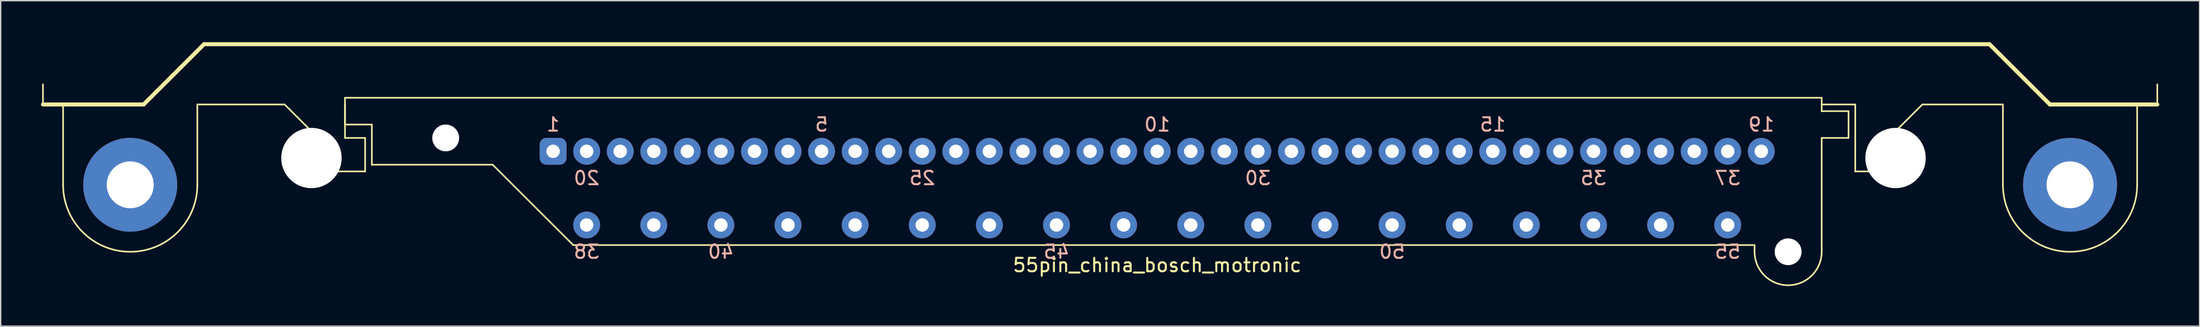
<source format=kicad_pcb>
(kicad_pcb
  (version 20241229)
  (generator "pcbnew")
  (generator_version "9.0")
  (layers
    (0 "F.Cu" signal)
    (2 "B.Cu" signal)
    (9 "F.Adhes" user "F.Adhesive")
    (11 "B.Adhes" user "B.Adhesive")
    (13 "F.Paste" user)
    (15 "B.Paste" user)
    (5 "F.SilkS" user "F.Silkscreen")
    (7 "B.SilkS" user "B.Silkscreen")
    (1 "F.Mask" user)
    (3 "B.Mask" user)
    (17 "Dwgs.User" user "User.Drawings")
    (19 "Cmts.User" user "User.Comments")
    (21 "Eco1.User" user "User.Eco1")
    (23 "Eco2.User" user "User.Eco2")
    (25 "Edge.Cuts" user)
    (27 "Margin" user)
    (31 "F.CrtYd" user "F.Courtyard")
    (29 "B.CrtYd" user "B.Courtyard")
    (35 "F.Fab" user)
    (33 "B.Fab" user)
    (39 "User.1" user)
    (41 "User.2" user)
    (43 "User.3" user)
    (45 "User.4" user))
  (footprint "55pin_china_bosch_motronic"
    (layer "F.Cu")
    (at 83.15 0.25)
    (property "Reference" "55pin_china_bosch_motronic" (at 0 16.5 0) (layer "F.SilkS") (effects (font (size 1 1) (thickness 0.15))))
    (attr through_hole)
    (fp_line (start -83 4.5) (end -83 3) (stroke (width 0.12) (type solid)) (layer "F.SilkS"))
    (fp_line (start -81.5 4.5) (end -83 4.5) (stroke (width 0.12) (type solid)) (layer "F.SilkS"))
    (fp_line (start -81.5 10.5) (end -81.5 4.5) (stroke (width 0.12) (type solid)) (layer "F.SilkS"))
    (fp_line (start -75.5 4.5) (end -83 4.5) (stroke (width 0.3) (type solid)) (layer "F.SilkS"))
    (fp_line (start -71.5 10.5) (end -71.5 4.5) (stroke (width 0.12) (type solid)) (layer "F.SilkS"))
    (fp_line (start -71 0) (end -75.5 4.5) (stroke (width 0.3) (type solid)) (layer "F.SilkS"))
    (fp_line (start -71 0) (end 62 0) (stroke (width 0.3) (type solid)) (layer "F.SilkS"))
    (fp_line (start -65 4.5) (end -71.5 4.5) (stroke (width 0.12) (type solid)) (layer "F.SilkS"))
    (fp_line (start -62.5 7) (end -65 4.5) (stroke (width 0.12) (type solid)) (layer "F.SilkS"))
    (fp_line (start -62.5 9.5) (end -62.5 7) (stroke (width 0.12) (type solid)) (layer "F.SilkS"))
    (fp_line (start -60.5 4) (end -60.5 6) (stroke (width 0.12) (type solid)) (layer "F.SilkS"))
    (fp_line (start -60.5 4) (end 49.5 4) (stroke (width 0.12) (type solid)) (layer "F.SilkS"))
    (fp_line (start -60.5 4.5) (end -60.5 7) (stroke (width 0.12) (type solid)) (layer "F.SilkS"))
    (fp_line (start -60.5 6) (end -58.5 6) (stroke (width 0.12) (type solid)) (layer "F.SilkS"))
    (fp_line (start -60.5 7) (end -59 7) (stroke (width 0.12) (type solid)) (layer "F.SilkS"))
    (fp_line (start -59 7) (end -59 9.5) (stroke (width 0.12) (type solid)) (layer "F.SilkS"))
    (fp_line (start -59 9.5) (end -62.5 9.5) (stroke (width 0.12) (type solid)) (layer "F.SilkS"))
    (fp_line (start -58.5 9) (end -58.5 6) (stroke (width 0.12) (type solid)) (layer "F.SilkS"))
    (fp_line (start -49.5 9) (end -58.5 9) (stroke (width 0.12) (type solid)) (layer "F.SilkS"))
    (fp_line (start -43.5 15) (end -49.5 9) (stroke (width 0.12) (type solid)) (layer "F.SilkS"))
    (fp_line (start 44.5 15) (end -43.5 15) (stroke (width 0.12) (type solid)) (layer "F.SilkS"))
    (fp_line (start 44.5 15) (end 44.5 15.5) (stroke (width 0.12) (type solid)) (layer "F.SilkS"))
    (fp_line (start 49.5 5) (end 49.5 4) (stroke (width 0.12) (type solid)) (layer "F.SilkS"))
    (fp_line (start 49.5 7) (end 51.5 7) (stroke (width 0.12) (type solid)) (layer "F.SilkS"))
    (fp_line (start 49.5 15.5) (end 49.5 7) (stroke (width 0.12) (type solid)) (layer "F.SilkS"))
    (fp_line (start 51.5 5) (end 49.5 5) (stroke (width 0.12) (type solid)) (layer "F.SilkS"))
    (fp_line (start 51.5 7) (end 51.5 5) (stroke (width 0.12) (type solid)) (layer "F.SilkS"))
    (fp_line (start 52 4.5) (end 49.5 4.5) (stroke (width 0.12) (type solid)) (layer "F.SilkS"))
    (fp_line (start 52 4.5) (end 52 9.5) (stroke (width 0.12) (type solid)) (layer "F.SilkS"))
    (fp_line (start 52 9.5) (end 54 9.5) (stroke (width 0.12) (type solid)) (layer "F.SilkS"))
    (fp_line (start 54 7.5) (end 57 4.5) (stroke (width 0.12) (type solid)) (layer "F.SilkS"))
    (fp_line (start 54 9.5) (end 54 7.5) (stroke (width 0.12) (type solid)) (layer "F.SilkS"))
    (fp_line (start 57 4.5) (end 63 4.5) (stroke (width 0.12) (type solid)) (layer "F.SilkS"))
    (fp_line (start 62 0) (end 66.5 4.5) (stroke (width 0.3) (type solid)) (layer "F.SilkS"))
    (fp_line (start 63 10.5) (end 63 4.5) (stroke (width 0.12) (type solid)) (layer "F.SilkS"))
    (fp_line (start 66.5 4.5) (end 74.5 4.5) (stroke (width 0.3) (type solid)) (layer "F.SilkS"))
    (fp_line (start 73 4.5) (end 74.5 4.5) (stroke (width 0.12) (type solid)) (layer "F.SilkS"))
    (fp_line (start 73 10.5) (end 73 4.5) (stroke (width 0.12) (type solid)) (layer "F.SilkS"))
    (fp_line (start 74.5 4.5) (end 74.5 3) (stroke (width 0.12) (type solid)) (layer "F.SilkS"))
    (fp_arc (start -71.5 10.5) (mid -76.5 15.5) (end -81.5 10.5) (stroke (width 0.12) (type solid)) (layer "F.SilkS"))
    (fp_arc (start 49.5 15.5) (mid 47 18) (end 44.5 15.5) (stroke (width 0.12) (type solid)) (layer "F.SilkS"))
    (fp_arc (start 73 10.5) (mid 68 15.5) (end 63 10.5) (stroke (width 0.12) (type solid)) (layer "F.SilkS"))
    (fp_text user "55" (at 42.5 15.5 0) (layer "B.SilkS") (effects (font (size 1 1) (thickness 0.15)) (justify mirror)))
    (fp_text user "10" (at 0 6 0) (layer "B.SilkS") (effects (font (size 1 1) (thickness 0.15)) (justify mirror)))
    (fp_text user "19" (at 45 6 0) (layer "B.SilkS") (effects (font (size 1 1) (thickness 0.15)) (justify mirror)))
    (fp_text user "1" (at -45 6 0) (layer "B.SilkS") (effects (font (size 1 1) (thickness 0.15)) (justify mirror)))
    (fp_text user "50" (at 17.5 15.5 0) (layer "B.SilkS") (effects (font (size 1 1) (thickness 0.15)) (justify mirror)))
    (fp_text user "45" (at -7.5 15.5 0) (layer "B.SilkS") (effects (font (size 1 1) (thickness 0.15)) (justify mirror)))
    (fp_text user "30" (at 7.5 10 0) (layer "B.SilkS") (effects (font (size 1 1) (thickness 0.15)) (justify mirror)))
    (fp_text user "25" (at -17.5 10 0) (layer "B.SilkS") (effects (font (size 1 1) (thickness 0.15)) (justify mirror)))
    (fp_text user "5" (at -25 6 0) (layer "B.SilkS") (effects (font (size 1 1) (thickness 0.15)) (justify mirror)))
    (fp_text user "35" (at 32.5 10 0) (layer "B.SilkS") (effects (font (size 1 1) (thickness 0.15)) (justify mirror)))
    (fp_text user "20" (at -42.5 10 0) (layer "B.SilkS") (effects (font (size 1 1) (thickness 0.15)) (justify mirror)))
    (fp_text user "37" (at 42.5 10 0) (layer "B.SilkS") (effects (font (size 1 1) (thickness 0.15)) (justify mirror)))
    (fp_text user "40" (at -32.5 15.5 0) (layer "B.SilkS") (effects (font (size 1 1) (thickness 0.15)) (justify mirror)))
    (fp_text user "38" (at -42.5 15.5 0) (layer "B.SilkS") (effects (font (size 1 1) (thickness 0.15)) (justify mirror)))
    (fp_text user "15" (at 25 6 0) (layer "B.SilkS") (effects (font (size 1 1) (thickness 0.15)) (justify mirror)))
    (pad "" np_thru_hole circle (at -76.5 10.5) (size 7 7) (drill 3.5) (layers "*.Cu" "*.Mask"))
    (pad "" np_thru_hole circle (at -63 8.5) (size 4.5 4.5) (drill 4.5) (layers "*.Cu" "*.Mask"))
    (pad "" np_thru_hole circle (at -53 7) (size 2 2) (drill 2) (layers "*.Cu" "*.Mask"))
    (pad "" np_thru_hole circle (at 47 15.5) (size 2 2) (drill 2) (layers "*.Cu" "*.Mask"))
    (pad "" np_thru_hole circle (at 55 8.5) (size 4.5 4.5) (drill 4.5) (layers "*.Cu" "*.Mask"))
    (pad "" np_thru_hole circle (at 68 10.5) (size 7 7) (drill 3.5) (layers "*.Cu" "*.Mask"))
    (pad "1" thru_hole roundrect (at -45 8) (size 2 2) (drill 1) (layers "*.Cu" "*.Mask") (roundrect_rratio 0.25))
    (pad "2" thru_hole circle (at -40 8) (size 2 2) (drill 1) (layers "*.Cu" "*.Mask"))
    (pad "3" thru_hole circle (at -35 8) (size 2 2) (drill 1) (layers "*.Cu" "*.Mask"))
    (pad "4" thru_hole circle (at -30 8) (size 2 2) (drill 1) (layers "*.Cu" "*.Mask"))
    (pad "5" thru_hole circle (at -25 8) (size 2 2) (drill 1) (layers "*.Cu" "*.Mask"))
    (pad "6" thru_hole circle (at -20 8) (size 2 2) (drill 1) (layers "*.Cu" "*.Mask"))
    (pad "7" thru_hole circle (at -15 8) (size 2 2) (drill 1) (layers "*.Cu" "*.Mask"))
    (pad "8" thru_hole circle (at -10 8) (size 2 2) (drill 1) (layers "*.Cu" "*.Mask"))
    (pad "9" thru_hole circle (at -5 8) (size 2 2) (drill 1) (layers "*.Cu" "*.Mask"))
    (pad "10" thru_hole circle (at 0 8) (size 2 2) (drill 1) (layers "*.Cu" "*.Mask"))
    (pad "11" thru_hole circle (at 5 8) (size 2 2) (drill 1) (layers "*.Cu" "*.Mask"))
    (pad "12" thru_hole circle (at 10 8) (size 2 2) (drill 1) (layers "*.Cu" "*.Mask"))
    (pad "13" thru_hole circle (at 15 8) (size 2 2) (drill 1) (layers "*.Cu" "*.Mask"))
    (pad "14" thru_hole circle (at 20 8) (size 2 2) (drill 1) (layers "*.Cu" "*.Mask"))
    (pad "15" thru_hole circle (at 25 8) (size 2 2) (drill 1) (layers "*.Cu" "*.Mask"))
    (pad "16" thru_hole circle (at 30 8) (size 2 2) (drill 1) (layers "*.Cu" "*.Mask"))
    (pad "17" thru_hole circle (at 35 8) (size 2 2) (drill 1) (layers "*.Cu" "*.Mask"))
    (pad "18" thru_hole circle (at 40 8) (size 2 2) (drill 1) (layers "*.Cu" "*.Mask"))
    (pad "19" thru_hole circle (at 45 8) (size 2 2) (drill 1) (layers "*.Cu" "*.Mask"))
    (pad "20" thru_hole circle (at -42.5 8) (size 2 2) (drill 1) (layers "*.Cu" "*.Mask"))
    (pad "21" thru_hole circle (at -37.5 8) (size 2 2) (drill 1) (layers "*.Cu" "*.Mask"))
    (pad "22" thru_hole circle (at -32.5 8) (size 2 2) (drill 1) (layers "*.Cu" "*.Mask"))
    (pad "23" thru_hole circle (at -27.5 8) (size 2 2) (drill 1) (layers "*.Cu" "*.Mask"))
    (pad "24" thru_hole circle (at -22.5 8) (size 2 2) (drill 1) (layers "*.Cu" "*.Mask"))
    (pad "25" thru_hole circle (at -17.5 8) (size 2 2) (drill 1) (layers "*.Cu" "*.Mask"))
    (pad "26" thru_hole circle (at -12.5 8) (size 2 2) (drill 1) (layers "*.Cu" "*.Mask"))
    (pad "27" thru_hole circle (at -7.5 8) (size 2 2) (drill 1) (layers "*.Cu" "*.Mask"))
    (pad "28" thru_hole circle (at -2.5 8) (size 2 2) (drill 1) (layers "*.Cu" "*.Mask"))
    (pad "29" thru_hole circle (at 2.5 8) (size 2 2) (drill 1) (layers "*.Cu" "*.Mask"))
    (pad "30" thru_hole circle (at 7.5 8) (size 2 2) (drill 1) (layers "*.Cu" "*.Mask"))
    (pad "31" thru_hole circle (at 12.5 8) (size 2 2) (drill 1) (layers "*.Cu" "*.Mask"))
    (pad "32" thru_hole circle (at 17.5 8) (size 2 2) (drill 1) (layers "*.Cu" "*.Mask"))
    (pad "33" thru_hole circle (at 22.5 8) (size 2 2) (drill 1) (layers "*.Cu" "*.Mask"))
    (pad "34" thru_hole circle (at 27.5 8) (size 2 2) (drill 1) (layers "*.Cu" "*.Mask"))
    (pad "35" thru_hole circle (at 32.5 8) (size 2 2) (drill 1) (layers "*.Cu" "*.Mask"))
    (pad "36" thru_hole circle (at 37.5 8) (size 2 2) (drill 1) (layers "*.Cu" "*.Mask"))
    (pad "37" thru_hole circle (at 42.5 8) (size 2 2) (drill 1) (layers "*.Cu" "*.Mask"))
    (pad "38" thru_hole circle (at -42.5 13.5) (size 2 2) (drill 1) (layers "*.Cu" "*.Mask"))
    (pad "39" thru_hole circle (at -37.5 13.5) (size 2 2) (drill 1) (layers "*.Cu" "*.Mask"))
    (pad "40" thru_hole circle (at -32.5 13.5) (size 2 2) (drill 1) (layers "*.Cu" "*.Mask"))
    (pad "41" thru_hole circle (at -27.5 13.5) (size 2 2) (drill 1) (layers "*.Cu" "*.Mask"))
    (pad "42" thru_hole circle (at -22.5 13.5) (size 2 2) (drill 1) (layers "*.Cu" "*.Mask"))
    (pad "43" thru_hole circle (at -17.5 13.5) (size 2 2) (drill 1) (layers "*.Cu" "*.Mask"))
    (pad "44" thru_hole circle (at -12.5 13.5) (size 2 2) (drill 1) (layers "*.Cu" "*.Mask"))
    (pad "45" thru_hole circle (at -7.5 13.5) (size 2 2) (drill 1) (layers "*.Cu" "*.Mask"))
    (pad "46" thru_hole circle (at -2.5 13.5) (size 2 2) (drill 1) (layers "*.Cu" "*.Mask"))
    (pad "47" thru_hole circle (at 2.5 13.5) (size 2 2) (drill 1) (layers "*.Cu" "*.Mask"))
    (pad "48" thru_hole circle (at 7.5 13.5) (size 2 2) (drill 1) (layers "*.Cu" "*.Mask"))
    (pad "49" thru_hole circle (at 12.5 13.5) (size 2 2) (drill 1) (layers "*.Cu" "*.Mask"))
    (pad "50" thru_hole circle (at 17.5 13.5) (size 2 2) (drill 1) (layers "*.Cu" "*.Mask"))
    (pad "51" thru_hole circle (at 22.5 13.5) (size 2 2) (drill 1) (layers "*.Cu" "*.Mask"))
    (pad "52" thru_hole circle (at 27.5 13.5) (size 2 2) (drill 1) (layers "*.Cu" "*.Mask"))
    (pad "53" thru_hole circle (at 32.5 13.5) (size 2 2) (drill 1) (layers "*.Cu" "*.Mask"))
    (pad "54" thru_hole circle (at 37.5 13.5) (size 2 2) (drill 1) (layers "*.Cu" "*.Mask"))
    (pad "55" thru_hole circle (at 42.5 13.5) (size 2 2) (drill 1) (layers "*.Cu" "*.Mask")))
  (gr_rect
    (start -3 -3)
    (end 160.8 21.31)
    (stroke (width 0.1) (type default))
    (fill no)
    (layer "Edge.Cuts")))
</source>
